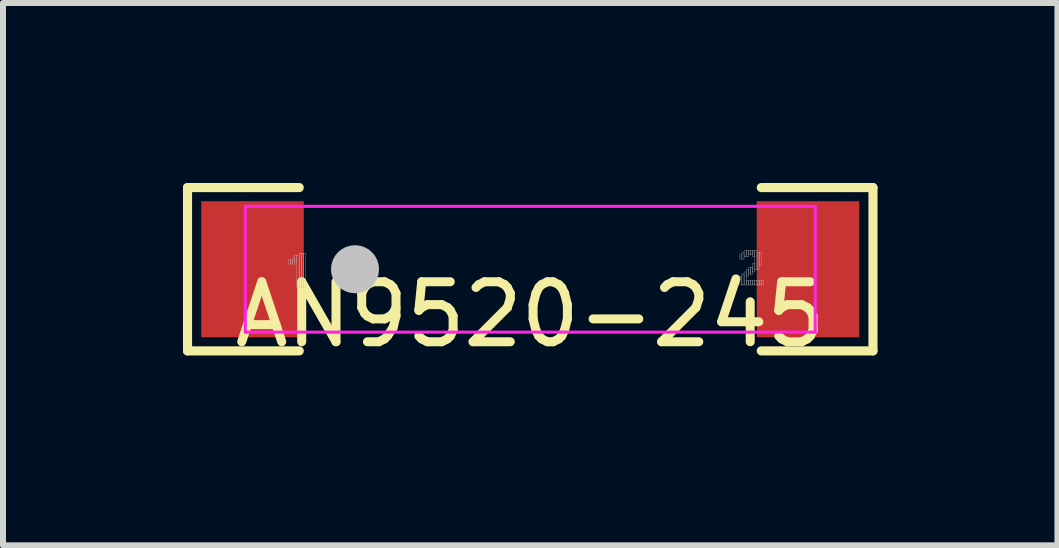
<source format=kicad_pcb>
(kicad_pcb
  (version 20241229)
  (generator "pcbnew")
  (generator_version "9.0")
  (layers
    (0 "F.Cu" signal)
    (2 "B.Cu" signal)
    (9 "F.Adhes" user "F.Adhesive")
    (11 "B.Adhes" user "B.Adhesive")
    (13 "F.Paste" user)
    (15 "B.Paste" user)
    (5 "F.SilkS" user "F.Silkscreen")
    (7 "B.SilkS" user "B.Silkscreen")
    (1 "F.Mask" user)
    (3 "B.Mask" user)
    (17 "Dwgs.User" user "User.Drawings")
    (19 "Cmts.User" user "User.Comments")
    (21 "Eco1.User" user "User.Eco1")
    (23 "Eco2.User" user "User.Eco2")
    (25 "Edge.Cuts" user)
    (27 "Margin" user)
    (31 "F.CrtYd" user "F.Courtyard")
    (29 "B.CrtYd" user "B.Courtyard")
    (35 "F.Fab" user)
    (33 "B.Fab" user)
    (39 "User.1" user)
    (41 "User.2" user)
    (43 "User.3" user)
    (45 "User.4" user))
  (footprint "AN9520-245"
    (layer "F.Cu")
    (at 5.789 1.438)
    (property "Reference" "AN9520-245" (at 0 0.754 0) (layer "F.SilkS") (effects (font (size 1 1) (thickness 0.15))))
    (attr through_hole)
    (fp_line (start -5.713 -1.361) (end -3.851 -1.361) (stroke (width 0.152) (type solid)) (layer "F.SilkS"))
    (fp_line (start -5.713 1.361) (end -5.713 -1.361) (stroke (width 0.152) (type solid)) (layer "F.SilkS"))
    (fp_line (start -3.851 1.361) (end -5.713 1.361) (stroke (width 0.152) (type solid)) (layer "F.SilkS"))
    (fp_line (start 3.851 1.361) (end 5.713 1.361) (stroke (width 0.152) (type solid)) (layer "F.SilkS"))
    (fp_line (start 5.713 -1.361) (end 3.851 -1.361) (stroke (width 0.152) (type solid)) (layer "F.SilkS"))
    (fp_line (start 5.713 1.361) (end 5.713 -1.361) (stroke (width 0.152) (type solid)) (layer "F.SilkS"))
    (fp_poly (pts (xy -3.774 1.034) (xy -3.774 0.485) (xy -3.876 0.386) (xy -4.257 0.386) (xy -4.356 0.284) (xy -4.356 -0.284) (xy -4.257 -0.386) (xy -3.876 -0.386) (xy -3.774 -0.485) (xy -3.774 -1.034) (xy -3.876 -1.133) (xy -5.385 -1.133) (xy -5.484 -1.034) (xy -5.484 1.034) (xy -5.385 1.133) (xy -3.876 1.133)) (stroke (width 0.005) (type solid)) (fill yes) (layer "F.Paste"))
    (fp_poly (pts (xy 3.774 1.034) (xy 3.774 0.485) (xy 3.876 0.386) (xy 4.257 0.386) (xy 4.356 0.284) (xy 4.356 -0.284) (xy 4.257 -0.386) (xy 3.876 -0.386) (xy 3.774 -0.485) (xy 3.774 -1.034) (xy 3.876 -1.133) (xy 5.385 -1.133) (xy 5.484 -1.034) (xy 5.484 1.034) (xy 5.385 1.133) (xy 3.876 1.133)) (stroke (width 0.005) (type solid)) (fill yes) (layer "F.Paste"))
    (fp_circle (center -2.921 0) (end -2.72 0) (stroke (width 0.399) (type solid)) (fill no) (layer "Dwgs.User"))
    (fp_poly (pts (xy -4.034 -0.158) (xy -3.998 -0.158) (xy -3.998 -0.086) (xy -4.034 -0.086)) (stroke (width 0.005) (type solid)) (fill no) (layer "Dwgs.User"))
    (fp_poly (pts (xy -3.998 -0.158) (xy -3.962 -0.158) (xy -3.962 -0.086) (xy -3.998 -0.086)) (stroke (width 0.005) (type solid)) (fill no) (layer "Dwgs.User"))
    (fp_poly (pts (xy -3.962 -0.193) (xy -3.927 -0.193) (xy -3.927 -0.086) (xy -3.962 -0.086)) (stroke (width 0.005) (type solid)) (fill no) (layer "Dwgs.User"))
    (fp_poly (pts (xy -3.927 -0.229) (xy -3.891 -0.229) (xy -3.891 -0.122) (xy -3.927 -0.122)) (stroke (width 0.005) (type solid)) (fill no) (layer "Dwgs.User"))
    (fp_poly (pts (xy -3.891 -0.229) (xy -3.853 -0.229) (xy -3.853 0.31) (xy -3.891 0.31)) (stroke (width 0.005) (type solid)) (fill no) (layer "Dwgs.User"))
    (fp_poly (pts (xy -3.853 -0.267) (xy -3.818 -0.267) (xy -3.818 0.31) (xy -3.853 0.31)) (stroke (width 0.005) (type solid)) (fill no) (layer "Dwgs.User"))
    (fp_poly (pts (xy -3.818 -0.267) (xy -3.782 -0.267) (xy -3.782 0.31) (xy -3.818 0.31)) (stroke (width 0.005) (type solid)) (fill no) (layer "Dwgs.User"))
    (fp_poly (pts (xy -3.782 -0.267) (xy -3.747 -0.267) (xy -3.747 0.31) (xy -3.782 0.31)) (stroke (width 0.005) (type solid)) (fill no) (layer "Dwgs.User"))
    (fp_poly (pts (xy 3.493 -0.244) (xy 3.528 -0.244) (xy 3.528 -0.17) (xy 3.493 -0.17)) (stroke (width 0.005) (type solid)) (fill no) (layer "Dwgs.User"))
    (fp_poly (pts (xy 3.493 0.117) (xy 3.528 0.117) (xy 3.528 0.262) (xy 3.493 0.262)) (stroke (width 0.005) (type solid)) (fill no) (layer "Dwgs.User"))
    (fp_poly (pts (xy 3.528 -0.279) (xy 3.564 -0.279) (xy 3.564 -0.17) (xy 3.528 -0.17)) (stroke (width 0.005) (type solid)) (fill no) (layer "Dwgs.User"))
    (fp_poly (pts (xy 3.528 0.081) (xy 3.564 0.081) (xy 3.564 0.262) (xy 3.528 0.262)) (stroke (width 0.005) (type solid)) (fill no) (layer "Dwgs.User"))
    (fp_poly (pts (xy 3.564 -0.315) (xy 3.599 -0.315) (xy 3.599 -0.206) (xy 3.564 -0.206)) (stroke (width 0.005) (type solid)) (fill no) (layer "Dwgs.User"))
    (fp_poly (pts (xy 3.564 0.046) (xy 3.599 0.046) (xy 3.599 0.262) (xy 3.564 0.262)) (stroke (width 0.005) (type solid)) (fill no) (layer "Dwgs.User"))
    (fp_poly (pts (xy 3.599 -0.315) (xy 3.637 -0.315) (xy 3.637 -0.206) (xy 3.599 -0.206)) (stroke (width 0.005) (type solid)) (fill no) (layer "Dwgs.User"))
    (fp_poly (pts (xy 3.599 0.01) (xy 3.637 0.01) (xy 3.637 0.117) (xy 3.599 0.117)) (stroke (width 0.005) (type solid)) (fill no) (layer "Dwgs.User"))
    (fp_poly (pts (xy 3.599 0.188) (xy 3.637 0.188) (xy 3.637 0.262) (xy 3.599 0.262)) (stroke (width 0.005) (type solid)) (fill no) (layer "Dwgs.User"))
    (fp_poly (pts (xy 3.637 -0.315) (xy 3.673 -0.315) (xy 3.673 -0.244) (xy 3.637 -0.244)) (stroke (width 0.005) (type solid)) (fill no) (layer "Dwgs.User"))
    (fp_poly (pts (xy 3.637 -0.028) (xy 3.673 -0.028) (xy 3.673 0.081) (xy 3.637 0.081)) (stroke (width 0.005) (type solid)) (fill no) (layer "Dwgs.User"))
    (fp_poly (pts (xy 3.637 0.188) (xy 3.673 0.188) (xy 3.673 0.262) (xy 3.637 0.262)) (stroke (width 0.005) (type solid)) (fill no) (layer "Dwgs.User"))
    (fp_poly (pts (xy 3.673 -0.315) (xy 3.708 -0.315) (xy 3.708 -0.244) (xy 3.673 -0.244)) (stroke (width 0.005) (type solid)) (fill no) (layer "Dwgs.User"))
    (fp_poly (pts (xy 3.673 -0.028) (xy 3.708 -0.028) (xy 3.708 0.081) (xy 3.673 0.081)) (stroke (width 0.005) (type solid)) (fill no) (layer "Dwgs.User"))
    (fp_poly (pts (xy 3.673 0.188) (xy 3.708 0.188) (xy 3.708 0.262) (xy 3.673 0.262)) (stroke (width 0.005) (type solid)) (fill no) (layer "Dwgs.User"))
    (fp_poly (pts (xy 3.708 -0.315) (xy 3.744 -0.315) (xy 3.744 -0.206) (xy 3.708 -0.206)) (stroke (width 0.005) (type solid)) (fill no) (layer "Dwgs.User"))
    (fp_poly (pts (xy 3.708 -0.099) (xy 3.744 -0.099) (xy 3.744 0.046) (xy 3.708 0.046)) (stroke (width 0.005) (type solid)) (fill no) (layer "Dwgs.User"))
    (fp_poly (pts (xy 3.708 0.188) (xy 3.744 0.188) (xy 3.744 0.262) (xy 3.708 0.262)) (stroke (width 0.005) (type solid)) (fill no) (layer "Dwgs.User"))
    (fp_poly (pts (xy 3.744 -0.315) (xy 3.78 -0.315) (xy 3.78 0.01) (xy 3.744 0.01)) (stroke (width 0.005) (type solid)) (fill no) (layer "Dwgs.User"))
    (fp_poly (pts (xy 3.744 0.188) (xy 3.78 0.188) (xy 3.78 0.262) (xy 3.744 0.262)) (stroke (width 0.005) (type solid)) (fill no) (layer "Dwgs.User"))
    (fp_poly (pts (xy 3.78 -0.279) (xy 3.815 -0.279) (xy 3.815 0.01) (xy 3.78 0.01)) (stroke (width 0.005) (type solid)) (fill no) (layer "Dwgs.User"))
    (fp_poly (pts (xy 3.78 0.188) (xy 3.815 0.188) (xy 3.815 0.262) (xy 3.78 0.262)) (stroke (width 0.005) (type solid)) (fill no) (layer "Dwgs.User"))
    (fp_poly (pts (xy 3.815 -0.279) (xy 3.853 -0.279) (xy 3.853 -0.064) (xy 3.815 -0.064)) (stroke (width 0.005) (type solid)) (fill no) (layer "Dwgs.User"))
    (fp_poly (pts (xy 3.815 0.188) (xy 3.853 0.188) (xy 3.853 0.262) (xy 3.815 0.262)) (stroke (width 0.005) (type solid)) (fill no) (layer "Dwgs.User"))
    (fp_poly (pts (xy 3.853 0.188) (xy 3.889 0.188) (xy 3.889 0.262) (xy 3.853 0.262)) (stroke (width 0.005) (type solid)) (fill no) (layer "Dwgs.User"))
    (fp_poly (pts (xy -4.75 1.049) (xy -4.75 -1.049) (xy -4.1 -1.049) (xy -4.1 1.049)) (stroke (width 0.005) (type solid)) (fill no) (layer "Eco2.User"))
    (fp_poly (pts (xy 4.75 1.049) (xy 4.75 -1.049) (xy 4.1 -1.049) (xy 4.1 1.049)) (stroke (width 0.005) (type solid)) (fill no) (layer "Eco2.User"))
    (fp_poly (pts (xy -4.689 1.049) (xy -4.69 1.037) (xy -4.694 1.026) (xy -4.699 1.015) (xy -4.707 1.006) (xy -4.716 0.998) (xy -4.726 0.993) (xy -4.738 0.989) (xy -4.75 0.988) (xy -4.762 0.989) (xy -4.773 0.993) (xy -4.784 0.998) (xy -4.793 1.006) (xy -4.801 1.015) (xy -4.806 1.026) (xy -4.81 1.037) (xy -4.811 1.049) (xy -4.81 1.061) (xy -4.806 1.072) (xy -4.801 1.083) (xy -4.793 1.092) (xy -4.784 1.1) (xy -4.773 1.105) (xy -4.762 1.109) (xy -4.75 1.11) (xy -4.738 1.109) (xy -4.726 1.105) (xy -4.716 1.1) (xy -4.707 1.092) (xy -4.699 1.083) (xy -4.694 1.072) (xy -4.69 1.061)) (stroke (width 0.005) (type solid)) (fill no) (layer "Eco2.User"))
    (fp_line (start -4.75 -1.049) (end 4.75 -1.049) (stroke (width 0.051) (type solid)) (layer "F.CrtYd"))
    (fp_line (start -4.75 1.049) (end -4.75 -1.049) (stroke (width 0.051) (type solid)) (layer "F.CrtYd"))
    (fp_line (start 4.75 -1.049) (end 4.75 1.049) (stroke (width 0.051) (type solid)) (layer "F.CrtYd"))
    (fp_line (start 4.75 1.049) (end -4.75 1.049) (stroke (width 0.051) (type solid)) (layer "F.CrtYd"))
    (pad "1" smd rect (at -4.63 0) (size 1.709 2.268) (layers "F.Cu" "F.Mask" "F.Paste"))
    (pad "2" smd rect (at 4.63 0) (size 1.709 2.268) (layers "F.Cu" "F.Mask" "F.Paste")))
  (gr_rect
    (start -3 -3)
    (end 14.577 6.04)
    (stroke (width 0.1) (type default))
    (fill no)
    (layer "Edge.Cuts")))
</source>
